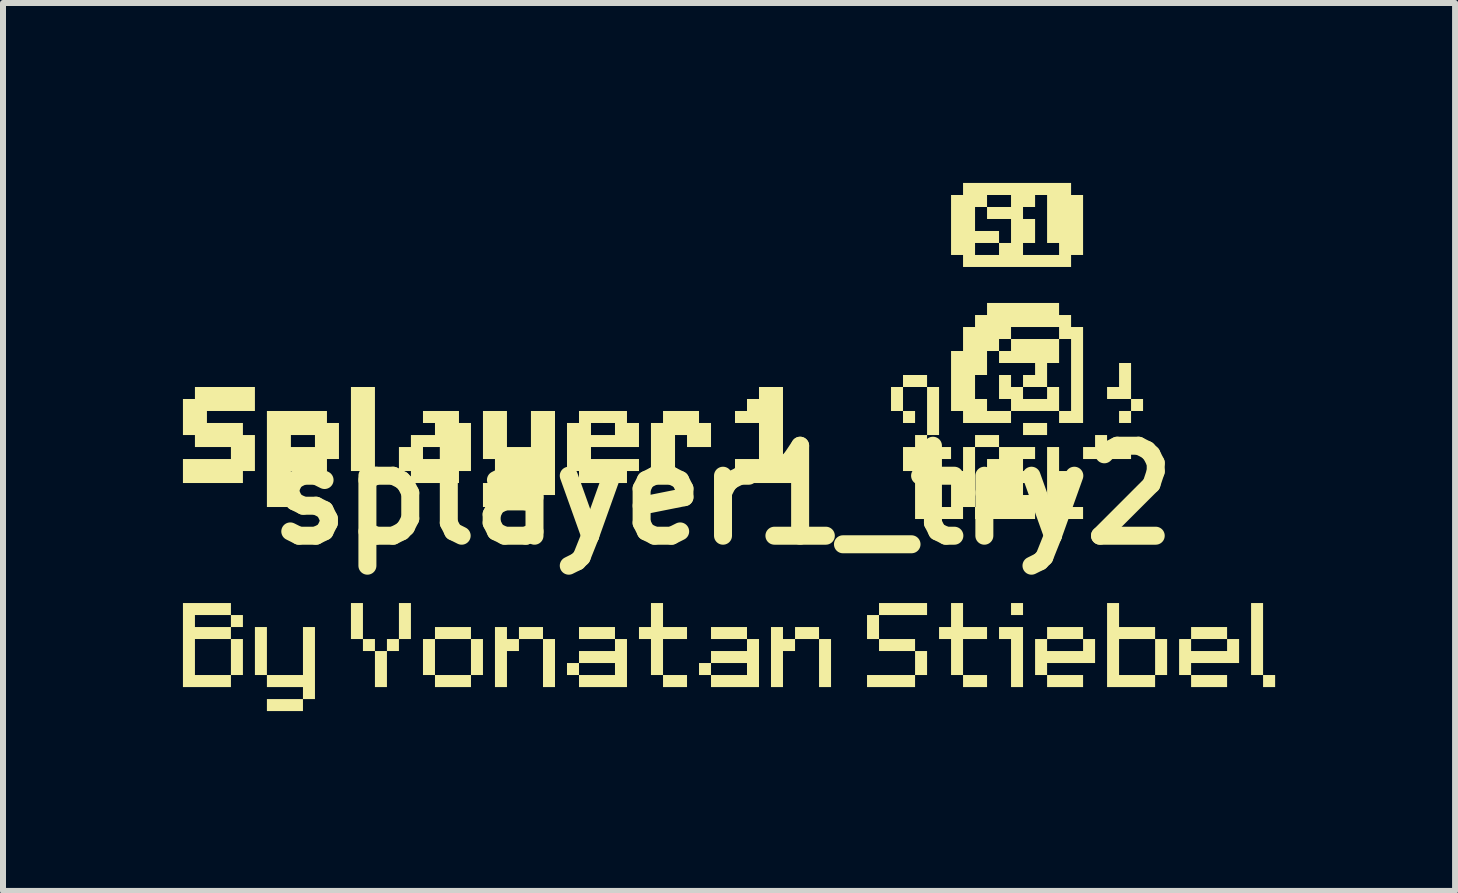
<source format=kicad_pcb>
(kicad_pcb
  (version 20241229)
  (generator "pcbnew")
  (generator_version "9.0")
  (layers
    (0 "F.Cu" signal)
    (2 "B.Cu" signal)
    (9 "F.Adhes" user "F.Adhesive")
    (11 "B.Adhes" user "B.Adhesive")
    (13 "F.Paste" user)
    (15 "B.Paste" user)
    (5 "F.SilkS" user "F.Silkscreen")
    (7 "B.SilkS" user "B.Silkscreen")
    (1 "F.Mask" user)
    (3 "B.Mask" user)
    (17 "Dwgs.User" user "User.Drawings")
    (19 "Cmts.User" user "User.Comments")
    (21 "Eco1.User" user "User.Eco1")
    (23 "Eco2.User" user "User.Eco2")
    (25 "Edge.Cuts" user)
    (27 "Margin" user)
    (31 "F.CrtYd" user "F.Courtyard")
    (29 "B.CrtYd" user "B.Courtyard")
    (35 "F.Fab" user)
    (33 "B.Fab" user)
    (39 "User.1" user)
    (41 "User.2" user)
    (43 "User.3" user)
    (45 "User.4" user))
  (footprint "splayer1_try2"
    (layer "F.Cu")
    (at 9.004 5.203)
    (property "Reference" "splayer1_try2" (at 0 0 0) (layer "F.SilkS") (effects (font (size 1.5 1.5) (thickness 0.3))))
    (attr board_only exclude_from_pos_files exclude_from_bom)
    (fp_poly (pts (xy -6.003 2.101) (xy -6.003 2.401) (xy -6.103 2.401) (xy -6.203 2.401) (xy -6.203 2.101) (xy -6.203 1.801) (xy -6.103 1.801) (xy -6.003 1.801)) (stroke (width 0) (type solid)) (fill yes) (layer "F.SilkS"))
    (fp_poly (pts (xy -2.801 2.801) (xy -2.801 3.202) (xy -2.901 3.202) (xy -3.001 3.202) (xy -3.001 2.801) (xy -3.001 2.401) (xy -2.901 2.401) (xy -2.801 2.401)) (stroke (width 0) (type solid)) (fill yes) (layer "F.SilkS"))
    (fp_poly (pts (xy -1.801 2.301) (xy -1.801 2.401) (xy -2.101 2.401) (xy -2.401 2.401) (xy -2.401 2.301) (xy -2.401 2.201) (xy -2.101 2.201) (xy -1.801 2.201)) (stroke (width 0) (type solid)) (fill yes) (layer "F.SilkS"))
    (fp_poly (pts (xy -0.6 3.102) (xy -0.6 3.202) (xy -0.8 3.202) (xy -1 3.202) (xy -1 3.102) (xy -1 3.001) (xy -0.8 3.001) (xy -0.6 3.001)) (stroke (width 0) (type solid)) (fill yes) (layer "F.SilkS"))
    (fp_poly (pts (xy 0.4 2.301) (xy 0.4 2.401) (xy 0.1 2.401) (xy -0.2 2.401) (xy -0.2 2.301) (xy -0.2 2.201) (xy 0.1 2.201) (xy 0.4 2.201)) (stroke (width 0) (type solid)) (fill yes) (layer "F.SilkS"))
    (fp_poly (pts (xy 1.801 2.801) (xy 1.801 3.202) (xy 1.701 3.202) (xy 1.601 3.202) (xy 1.601 2.801) (xy 1.601 2.401) (xy 1.701 2.401) (xy 1.801 2.401)) (stroke (width 0) (type solid)) (fill yes) (layer "F.SilkS"))
    (fp_poly (pts (xy 3.202 -1.301) (xy 3.202 -1.201) (xy 3.102 -1.201) (xy 3.001 -1.201) (xy 3.001 -1.301) (xy 3.001 -1.401) (xy 3.102 -1.401) (xy 3.202 -1.401)) (stroke (width 0) (type solid)) (fill yes) (layer "F.SilkS"))
    (fp_poly (pts (xy 3.202 2.501) (xy 3.202 2.601) (xy 2.901 2.601) (xy 2.601 2.601) (xy 2.601 2.501) (xy 2.601 2.401) (xy 2.901 2.401) (xy 3.202 2.401)) (stroke (width 0) (type solid)) (fill yes) (layer "F.SilkS"))
    (fp_poly (pts (xy 4.402 3.102) (xy 4.402 3.202) (xy 4.202 3.202) (xy 4.002 3.202) (xy 4.002 3.102) (xy 4.002 3.001) (xy 4.202 3.001) (xy 4.402 3.001)) (stroke (width 0) (type solid)) (fill yes) (layer "F.SilkS"))
    (fp_poly (pts (xy 5.002 1.901) (xy 5.002 2.001) (xy 4.902 2.001) (xy 4.802 2.001) (xy 4.802 1.901) (xy 4.802 1.801) (xy 4.902 1.801) (xy 5.002 1.801)) (stroke (width 0) (type solid)) (fill yes) (layer "F.SilkS"))
    (fp_poly (pts (xy 5.403 -1.101) (xy 5.403 -1) (xy 5.203 -1) (xy 5.002 -1) (xy 5.002 -1.101) (xy 5.002 -1.201) (xy 5.203 -1.201) (xy 5.403 -1.201)) (stroke (width 0) (type solid)) (fill yes) (layer "F.SilkS"))
    (fp_poly (pts (xy 6.003 3.102) (xy 6.003 3.202) (xy 5.703 3.202) (xy 5.403 3.202) (xy 5.403 3.102) (xy 5.403 3.001) (xy 5.703 3.001) (xy 6.003 3.001)) (stroke (width 0) (type solid)) (fill yes) (layer "F.SilkS"))
    (fp_poly (pts (xy 8.404 3.102) (xy 8.404 3.202) (xy 8.104 3.202) (xy 7.804 3.202) (xy 7.804 3.102) (xy 7.804 3.001) (xy 8.104 3.001) (xy 8.404 3.001)) (stroke (width 0) (type solid)) (fill yes) (layer "F.SilkS"))
    (fp_poly (pts (xy 9.004 2.401) (xy 9.004 3.001) (xy 8.904 3.001) (xy 8.804 3.001) (xy 8.804 2.401) (xy 8.804 1.801) (xy 8.904 1.801) (xy 9.004 1.801)) (stroke (width 0) (type solid)) (fill yes) (layer "F.SilkS"))
    (fp_poly (pts (xy 9.205 3.102) (xy 9.205 3.202) (xy 9.104 3.202) (xy 9.004 3.202) (xy 9.004 3.102) (xy 9.004 3.001) (xy 9.104 3.001) (xy 9.205 3.001)) (stroke (width 0) (type solid)) (fill yes) (layer "F.SilkS"))
    (fp_poly (pts (xy 5.002 2.701) (xy 5.002 3.202) (xy 4.902 3.202) (xy 4.802 3.202) (xy 4.802 2.801) (xy 4.802 2.401) (xy 4.702 2.401) (xy 4.602 2.401) (xy 4.602 2.301) (xy 4.602 2.201) (xy 4.802 2.201) (xy 5.002 2.201)) (stroke (width 0) (type solid)) (fill yes) (layer "F.SilkS"))
    (fp_poly (pts (xy 6.803 -1.901) (xy 6.803 -1.601) (xy 6.603 -1.601) (xy 6.403 -1.601) (xy 6.403 -1.701) (xy 6.403 -1.801) (xy 6.503 -1.801) (xy 6.603 -1.801) (xy 6.603 -2.001) (xy 6.603 -2.201) (xy 6.703 -2.201) (xy 6.803 -2.201)) (stroke (width 0) (type solid)) (fill yes) (layer "F.SilkS"))
    (fp_poly (pts (xy -5.803 -1.101) (xy -5.803 -0.4) (xy -5.703 -0.4) (xy -5.603 -0.4) (xy -5.603 -0.3) (xy -5.603 -0.2) (xy -5.803 -0.2) (xy -6.003 -0.2) (xy -6.003 -0.3) (xy -6.003 -0.4) (xy -6.103 -0.4) (xy -6.203 -0.4) (xy -6.203 -1.101) (xy -6.203 -1.801) (xy -6.003 -1.801) (xy -5.803 -1.801)) (stroke (width 0) (type solid)) (fill yes) (layer "F.SilkS"))
    (fp_poly (pts (xy 3.402 -1.901) (xy 3.402 -1.801) (xy 3.202 -1.801) (xy 3.001 -1.801) (xy 3.001 -1.601) (xy 3.001 -1.401) (xy 2.901 -1.401) (xy 2.801 -1.401) (xy 2.801 -1.601) (xy 2.801 -1.801) (xy 2.901 -1.801) (xy 3.001 -1.801) (xy 3.001 -1.901) (xy 3.001 -2.001) (xy 3.202 -2.001) (xy 3.402 -2.001)) (stroke (width 0) (type solid)) (fill yes) (layer "F.SilkS"))
    (fp_poly (pts (xy 3.402 1.901) (xy 3.402 2.001) (xy 3.001 2.001) (xy 2.601 2.001) (xy 2.601 2.201) (xy 2.601 2.401) (xy 2.501 2.401) (xy 2.401 2.401) (xy 2.401 2.201) (xy 2.401 2.001) (xy 2.501 2.001) (xy 2.601 2.001) (xy 2.601 1.901) (xy 2.601 1.801) (xy 3.001 1.801) (xy 3.402 1.801)) (stroke (width 0) (type solid)) (fill yes) (layer "F.SilkS"))
    (fp_poly (pts (xy 3.402 2.801) (xy 3.402 3.001) (xy 3.302 3.001) (xy 3.202 3.001) (xy 3.202 3.102) (xy 3.202 3.202) (xy 2.801 3.202) (xy 2.401 3.202) (xy 2.401 3.102) (xy 2.401 3.001) (xy 2.801 3.001) (xy 3.202 3.001) (xy 3.202 2.801) (xy 3.202 2.601) (xy 3.302 2.601) (xy 3.402 2.601)) (stroke (width 0) (type solid)) (fill yes) (layer "F.SilkS"))
    (fp_poly (pts (xy 5.603 -0.6) (xy 5.603 -0.4) (xy 5.703 -0.4) (xy 5.803 -0.4) (xy 5.803 -0.1) (xy 5.803 0.2) (xy 5.903 0.2) (xy 6.003 0.2) (xy 6.003 0.3) (xy 6.003 0.4) (xy 5.703 0.4) (xy 5.403 0.4) (xy 5.403 -0.2) (xy 5.403 -0.8) (xy 5.503 -0.8) (xy 5.603 -0.8)) (stroke (width 0) (type solid)) (fill yes) (layer "F.SilkS"))
    (fp_poly (pts (xy 6.403 -0.9) (xy 6.403 -0.8) (xy 6.603 -0.8) (xy 6.803 -0.8) (xy 6.803 -0.7) (xy 6.803 -0.6) (xy 6.403 -0.6) (xy 6.003 -0.6) (xy 6.003 -0.7) (xy 6.003 -0.8) (xy 6.103 -0.8) (xy 6.203 -0.8) (xy 6.203 -0.9) (xy 6.203 -1) (xy 6.303 -1) (xy 6.403 -1)) (stroke (width 0) (type solid)) (fill yes) (layer "F.SilkS"))
    (fp_poly (pts (xy 7.003 -1.501) (xy 7.003 -1.401) (xy 6.903 -1.401) (xy 6.803 -1.401) (xy 6.803 -1.301) (xy 6.803 -1.201) (xy 6.703 -1.201) (xy 6.603 -1.201) (xy 6.603 -1.301) (xy 6.603 -1.401) (xy 6.703 -1.401) (xy 6.803 -1.401) (xy 6.803 -1.501) (xy 6.803 -1.601) (xy 6.903 -1.601) (xy 7.003 -1.601)) (stroke (width 0) (type solid)) (fill yes) (layer "F.SilkS"))
    (fp_poly (pts (xy -3.602 2.301) (xy -3.602 2.401) (xy -3.502 2.401) (xy -3.402 2.401) (xy -3.402 2.301) (xy -3.402 2.201) (xy -3.202 2.201) (xy -3.001 2.201) (xy -3.001 2.301) (xy -3.001 2.401) (xy -3.202 2.401) (xy -3.402 2.401) (xy -3.402 2.501) (xy -3.402 2.601) (xy -3.502 2.601) (xy -3.602 2.601) (xy -3.602 2.901) (xy -3.602 3.202) (xy -3.702 3.202) (xy -3.802 3.202) (xy -3.802 2.701) (xy -3.802 2.201) (xy -3.702 2.201) (xy -3.602 2.201)) (stroke (width 0) (type solid)) (fill yes) (layer "F.SilkS"))
    (fp_poly (pts (xy -1 2.001) (xy -1 2.201) (xy -0.8 2.201) (xy -0.6 2.201) (xy -0.6 2.301) (xy -0.6 2.401) (xy -0.8 2.401) (xy -1 2.401) (xy -1 2.701) (xy -1 3.001) (xy -1.101 3.001) (xy -1.201 3.001) (xy -1.201 2.701) (xy -1.201 2.401) (xy -1.301 2.401) (xy -1.401 2.401) (xy -1.401 2.301) (xy -1.401 2.201) (xy -1.301 2.201) (xy -1.201 2.201) (xy -1.201 2.001) (xy -1.201 1.801) (xy -1.101 1.801) (xy -1 1.801)) (stroke (width 0) (type solid)) (fill yes) (layer "F.SilkS"))
    (fp_poly (pts (xy -0.4 -1.301) (xy -0.4 -1.201) (xy -0.3 -1.201) (xy -0.2 -1.201) (xy -0.2 -1) (xy -0.2 -0.8) (xy -0.4 -0.8) (xy -0.6 -0.8) (xy -0.6 -0.9) (xy -0.6 -1) (xy -0.7 -1) (xy -0.8 -1) (xy -0.8 -0.6) (xy -0.8 -0.2) (xy -1 -0.2) (xy -1.201 -0.2) (xy -1.201 -0.7) (xy -1.201 -1.201) (xy -1.101 -1.201) (xy -1 -1.201) (xy -1 -1.301) (xy -1 -1.401) (xy -0.7 -1.401) (xy -0.4 -1.401)) (stroke (width 0) (type solid)) (fill yes) (layer "F.SilkS"))
    (fp_poly (pts (xy 1 2.301) (xy 1 2.401) (xy 1.101 2.401) (xy 1.201 2.401) (xy 1.201 2.301) (xy 1.201 2.201) (xy 1.401 2.201) (xy 1.601 2.201) (xy 1.601 2.301) (xy 1.601 2.401) (xy 1.401 2.401) (xy 1.201 2.401) (xy 1.201 2.501) (xy 1.201 2.601) (xy 1.101 2.601) (xy 1 2.601) (xy 1 2.901) (xy 1 3.202) (xy 0.9 3.202) (xy 0.8 3.202) (xy 0.8 2.701) (xy 0.8 2.201) (xy 0.9 2.201) (xy 1 2.201)) (stroke (width 0) (type solid)) (fill yes) (layer "F.SilkS"))
    (fp_poly (pts (xy 4.002 2.001) (xy 4.002 2.201) (xy 4.202 2.201) (xy 4.402 2.201) (xy 4.402 2.301) (xy 4.402 2.401) (xy 4.202 2.401) (xy 4.002 2.401) (xy 4.002 2.701) (xy 4.002 3.001) (xy 3.902 3.001) (xy 3.802 3.001) (xy 3.802 2.701) (xy 3.802 2.401) (xy 3.702 2.401) (xy 3.602 2.401) (xy 3.602 2.301) (xy 3.602 2.201) (xy 3.702 2.201) (xy 3.802 2.201) (xy 3.802 2.001) (xy 3.802 1.801) (xy 3.902 1.801) (xy 4.002 1.801)) (stroke (width 0) (type solid)) (fill yes) (layer "F.SilkS"))
    (fp_poly (pts (xy 5.603 -2.401) (xy 5.603 -2.201) (xy 5.503 -2.201) (xy 5.403 -2.201) (xy 5.403 -2.001) (xy 5.403 -1.801) (xy 5.203 -1.801) (xy 5.002 -1.801) (xy 5.002 -1.901) (xy 5.002 -2.001) (xy 5.103 -2.001) (xy 5.203 -2.001) (xy 5.203 -2.101) (xy 5.203 -2.201) (xy 4.902 -2.201) (xy 4.602 -2.201) (xy 4.602 -2.301) (xy 4.602 -2.401) (xy 4.702 -2.401) (xy 4.802 -2.401) (xy 4.802 -2.501) (xy 4.802 -2.601) (xy 5.203 -2.601) (xy 5.603 -2.601)) (stroke (width 0) (type solid)) (fill yes) (layer "F.SilkS"))
    (fp_poly (pts (xy -1.601 2.801) (xy -1.601 3.202) (xy -2.001 3.202) (xy -2.401 3.202) (xy -2.401 3.102) (xy -2.401 3.001) (xy -2.501 3.001) (xy -2.601 3.001) (xy -2.601 2.901) (xy -2.601 2.801) (xy -2.501 2.801) (xy -2.401 2.801) (xy -2.401 2.901) (xy -2.401 3.001) (xy -2.101 3.001) (xy -1.801 3.001) (xy -1.801 2.901) (xy -1.801 2.801) (xy -2.101 2.801) (xy -2.401 2.801) (xy -2.401 2.701) (xy -2.401 2.601) (xy -2.101 2.601) (xy -1.801 2.601) (xy -1.801 2.501) (xy -1.801 2.401) (xy -1.701 2.401) (xy -1.601 2.401)) (stroke (width 0) (type solid)) (fill yes) (layer "F.SilkS"))
    (fp_poly (pts (xy 0.6 2.801) (xy 0.6 3.202) (xy 0.2 3.202) (xy -0.2 3.202) (xy -0.2 3.102) (xy -0.2 3.001) (xy -0.3 3.001) (xy -0.4 3.001) (xy -0.4 2.901) (xy -0.4 2.801) (xy -0.3 2.801) (xy -0.2 2.801) (xy -0.2 2.901) (xy -0.2 3.001) (xy 0.1 3.001) (xy 0.4 3.001) (xy 0.4 2.901) (xy 0.4 2.801) (xy 0.1 2.801) (xy -0.2 2.801) (xy -0.2 2.701) (xy -0.2 2.601) (xy 0.1 2.601) (xy 0.4 2.601) (xy 0.4 2.501) (xy 0.4 2.401) (xy 0.5 2.401) (xy 0.6 2.401)) (stroke (width 0) (type solid)) (fill yes) (layer "F.SilkS"))
    (fp_poly (pts (xy 1 -1.201) (xy 1 -0.6) (xy 1.201 -0.6) (xy 1.401 -0.6) (xy 1.401 -0.4) (xy 1.401 -0.2) (xy 0.8 -0.2) (xy 0.2 -0.2) (xy 0.2 -0.4) (xy 0.2 -0.6) (xy 0.4 -0.6) (xy 0.6 -0.6) (xy 0.6 -0.9) (xy 0.6 -1.201) (xy 0.4 -1.201) (xy 0.2 -1.201) (xy 0.2 -1.301) (xy 0.2 -1.401) (xy 0.3 -1.401) (xy 0.4 -1.401) (xy 0.4 -1.501) (xy 0.4 -1.601) (xy 0.5 -1.601) (xy 0.6 -1.601) (xy 0.6 -1.701) (xy 0.6 -1.801) (xy 0.8 -1.801) (xy 1 -1.801)) (stroke (width 0) (type solid)) (fill yes) (layer "F.SilkS"))
    (fp_poly (pts (xy 6.003 2.301) (xy 6.003 2.401) (xy 5.703 2.401) (xy 5.403 2.401) (xy 5.403 2.501) (xy 5.403 2.601) (xy 5.703 2.601) (xy 6.003 2.601) (xy 6.003 2.501) (xy 6.003 2.401) (xy 6.103 2.401) (xy 6.203 2.401) (xy 6.203 2.601) (xy 6.203 2.801) (xy 5.803 2.801) (xy 5.403 2.801) (xy 5.403 2.901) (xy 5.403 3.001) (xy 5.303 3.001) (xy 5.203 3.001) (xy 5.203 2.701) (xy 5.203 2.401) (xy 5.303 2.401) (xy 5.403 2.401) (xy 5.403 2.301) (xy 5.403 2.201) (xy 5.703 2.201) (xy 6.003 2.201)) (stroke (width 0) (type solid)) (fill yes) (layer "F.SilkS"))
    (fp_poly (pts (xy 6.603 2.001) (xy 6.603 2.201) (xy 6.903 2.201) (xy 7.204 2.201) (xy 7.204 2.301) (xy 7.204 2.401) (xy 6.903 2.401) (xy 6.603 2.401) (xy 6.603 2.701) (xy 6.603 3.001) (xy 6.903 3.001) (xy 7.204 3.001) (xy 7.204 2.701) (xy 7.204 2.401) (xy 7.304 2.401) (xy 7.404 2.401) (xy 7.404 2.701) (xy 7.404 3.001) (xy 7.304 3.001) (xy 7.204 3.001) (xy 7.204 3.102) (xy 7.204 3.202) (xy 6.803 3.202) (xy 6.403 3.202) (xy 6.403 2.501) (xy 6.403 1.801) (xy 6.503 1.801) (xy 6.603 1.801)) (stroke (width 0) (type solid)) (fill yes) (layer "F.SilkS"))
    (fp_poly (pts (xy 8.404 2.301) (xy 8.404 2.401) (xy 8.104 2.401) (xy 7.804 2.401) (xy 7.804 2.501) (xy 7.804 2.601) (xy 8.104 2.601) (xy 8.404 2.601) (xy 8.404 2.501) (xy 8.404 2.401) (xy 8.504 2.401) (xy 8.604 2.401) (xy 8.604 2.601) (xy 8.604 2.801) (xy 8.204 2.801) (xy 7.804 2.801) (xy 7.804 2.901) (xy 7.804 3.001) (xy 7.704 3.001) (xy 7.604 3.001) (xy 7.604 2.701) (xy 7.604 2.401) (xy 7.704 2.401) (xy 7.804 2.401) (xy 7.804 2.301) (xy 7.804 2.201) (xy 8.104 2.201) (xy 8.404 2.201)) (stroke (width 0) (type solid)) (fill yes) (layer "F.SilkS"))
    (fp_poly (pts (xy -6.603 -1.301) (xy -6.603 -1.201) (xy -6.503 -1.201) (xy -6.403 -1.201) (xy -6.403 -0.9) (xy -6.403 -0.6) (xy -6.503 -0.6) (xy -6.603 -0.6) (xy -6.603 -0.5) (xy -6.603 -0.4) (xy -6.903 -0.4) (xy -7.204 -0.4) (xy -7.204 -0.1) (xy -7.204 0.2) (xy -7.404 0.2) (xy -7.604 0.2) (xy -7.604 -0.6) (xy -7.604 -1) (xy -7.204 -1) (xy -7.204 -0.9) (xy -7.204 -0.8) (xy -7.003 -0.8) (xy -6.803 -0.8) (xy -6.803 -0.9) (xy -6.803 -1) (xy -7.003 -1) (xy -7.204 -1) (xy -7.604 -1) (xy -7.604 -1.401) (xy -7.103 -1.401) (xy -6.603 -1.401)) (stroke (width 0) (type solid)) (fill yes) (layer "F.SilkS"))
    (fp_poly (pts (xy -7.604 2.601) (xy -7.604 3.001) (xy -7.304 3.001) (xy -7.003 3.001) (xy -7.003 2.601) (xy -7.003 2.201) (xy -6.903 2.201) (xy -6.803 2.201) (xy -6.803 2.801) (xy -6.803 3.402) (xy -6.903 3.402) (xy -7.003 3.402) (xy -7.003 3.502) (xy -7.003 3.602) (xy -7.304 3.602) (xy -7.604 3.602) (xy -7.604 3.502) (xy -7.604 3.402) (xy -7.304 3.402) (xy -7.003 3.402) (xy -7.003 3.302) (xy -7.003 3.202) (xy -7.304 3.202) (xy -7.604 3.202) (xy -7.604 3.102) (xy -7.604 3.001) (xy -7.704 3.001) (xy -7.804 3.001) (xy -7.804 2.601) (xy -7.804 2.201) (xy -7.704 2.201) (xy -7.604 2.201)) (stroke (width 0) (type solid)) (fill yes) (layer "F.SilkS"))
    (fp_poly (pts (xy -5.203 2.101) (xy -5.203 2.401) (xy -5.303 2.401) (xy -5.403 2.401) (xy -5.403 2.501) (xy -5.403 2.601) (xy -5.503 2.601) (xy -5.603 2.601) (xy -5.603 2.901) (xy -5.603 3.202) (xy -5.703 3.202) (xy -5.803 3.202) (xy -5.803 2.901) (xy -5.803 2.601) (xy -5.903 2.601) (xy -6.003 2.601) (xy -6.003 2.501) (xy -6.003 2.401) (xy -5.903 2.401) (xy -5.803 2.401) (xy -5.803 2.501) (xy -5.803 2.601) (xy -5.703 2.601) (xy -5.603 2.601) (xy -5.603 2.501) (xy -5.603 2.401) (xy -5.503 2.401) (xy -5.403 2.401) (xy -5.403 2.101) (xy -5.403 1.801) (xy -5.303 1.801) (xy -5.203 1.801)) (stroke (width 0) (type solid)) (fill yes) (layer "F.SilkS"))
    (fp_poly (pts (xy -4.202 2.301) (xy -4.202 2.401) (xy -4.502 2.401) (xy -4.802 2.401) (xy -4.802 2.701) (xy -4.802 3.001) (xy -4.502 3.001) (xy -4.202 3.001) (xy -4.202 2.701) (xy -4.202 2.401) (xy -4.102 2.401) (xy -4.002 2.401) (xy -4.002 2.701) (xy -4.002 3.001) (xy -4.102 3.001) (xy -4.202 3.001) (xy -4.202 3.102) (xy -4.202 3.202) (xy -4.502 3.202) (xy -4.802 3.202) (xy -4.802 3.102) (xy -4.802 3.001) (xy -4.902 3.001) (xy -5.002 3.001) (xy -5.002 2.701) (xy -5.002 2.401) (xy -4.902 2.401) (xy -4.802 2.401) (xy -4.802 2.301) (xy -4.802 2.201) (xy -4.502 2.201) (xy -4.202 2.201)) (stroke (width 0) (type solid)) (fill yes) (layer "F.SilkS"))
    (fp_poly (pts (xy -3.602 -1.101) (xy -3.602 -0.8) (xy -3.402 -0.8) (xy -3.202 -0.8) (xy -3.202 -1.101) (xy -3.202 -1.401) (xy -3.001 -1.401) (xy -2.801 -1.401) (xy -2.801 -0.7) (xy -2.801 0) (xy -2.901 0) (xy -3.001 0) (xy -3.001 0.1) (xy -3.001 0.2) (xy -3.502 0.2) (xy -4.002 0.2) (xy -4.002 0) (xy -4.002 -0.2) (xy -3.602 -0.2) (xy -3.202 -0.2) (xy -3.202 -0.3) (xy -3.202 -0.4) (xy -3.502 -0.4) (xy -3.802 -0.4) (xy -3.802 -0.5) (xy -3.802 -0.6) (xy -3.902 -0.6) (xy -4.002 -0.6) (xy -4.002 -1) (xy -4.002 -1.401) (xy -3.802 -1.401) (xy -3.602 -1.401)) (stroke (width 0) (type solid)) (fill yes) (layer "F.SilkS"))
    (fp_poly (pts (xy 3.602 -1.401) (xy 3.602 -1) (xy 3.502 -1) (xy 3.402 -1) (xy 3.402 -0.9) (xy 3.402 -0.8) (xy 3.602 -0.8) (xy 3.802 -0.8) (xy 3.802 -0.7) (xy 3.802 -0.6) (xy 3.702 -0.6) (xy 3.602 -0.6) (xy 3.602 -0.5) (xy 3.602 -0.4) (xy 3.502 -0.4) (xy 3.402 -0.4) (xy 3.402 0) (xy 3.402 0.4) (xy 3.302 0.4) (xy 3.202 0.4) (xy 3.202 0) (xy 3.202 -0.4) (xy 3.102 -0.4) (xy 3.001 -0.4) (xy 3.001 -0.6) (xy 3.001 -0.8) (xy 3.102 -0.8) (xy 3.202 -0.8) (xy 3.202 -0.9) (xy 3.202 -1) (xy 3.302 -1) (xy 3.402 -1) (xy 3.402 -1.401) (xy 3.402 -1.801) (xy 3.502 -1.801) (xy 3.602 -1.801)) (stroke (width 0) (type solid)) (fill yes) (layer "F.SilkS"))
    (fp_poly (pts (xy -8.204 1.901) (xy -8.204 2.001) (xy -8.504 2.001) (xy -8.804 2.001) (xy -8.804 2.101) (xy -8.804 2.201) (xy -8.504 2.201) (xy -8.204 2.201) (xy -8.204 2.101) (xy -8.204 2.001) (xy -8.104 2.001) (xy -8.004 2.001) (xy -8.004 2.101) (xy -8.004 2.201) (xy -8.104 2.201) (xy -8.204 2.201) (xy -8.204 2.301) (xy -8.204 2.401) (xy -8.504 2.401) (xy -8.804 2.401) (xy -8.804 2.701) (xy -8.804 3.001) (xy -8.504 3.001) (xy -8.204 3.001) (xy -8.204 2.701) (xy -8.204 2.401) (xy -8.104 2.401) (xy -8.004 2.401) (xy -8.004 2.701) (xy -8.004 3.001) (xy -8.104 3.001) (xy -8.204 3.001) (xy -8.204 3.102) (xy -8.204 3.202) (xy -8.604 3.202) (xy -9.004 3.202) (xy -9.004 2.501) (xy -9.004 1.801) (xy -8.604 1.801) (xy -8.204 1.801)) (stroke (width 0) (type solid)) (fill yes) (layer "F.SilkS"))
    (fp_poly (pts (xy -7.804 -1.601) (xy -7.804 -1.401) (xy -8.204 -1.401) (xy -8.604 -1.401) (xy -8.604 -1.301) (xy -8.604 -1.201) (xy -8.304 -1.201) (xy -8.004 -1.201) (xy -8.004 -1.101) (xy -8.004 -1) (xy -7.904 -1) (xy -7.804 -1) (xy -7.804 -0.7) (xy -7.804 -0.4) (xy -7.904 -0.4) (xy -8.004 -0.4) (xy -8.004 -0.3) (xy -8.004 -0.2) (xy -8.504 -0.2) (xy -9.004 -0.2) (xy -9.004 -0.4) (xy -9.004 -0.6) (xy -8.604 -0.6) (xy -8.204 -0.6) (xy -8.204 -0.7) (xy -8.204 -0.8) (xy -8.504 -0.8) (xy -8.804 -0.8) (xy -8.804 -0.9) (xy -8.804 -1) (xy -8.904 -1) (xy -9.004 -1) (xy -9.004 -1.301) (xy -9.004 -1.601) (xy -8.904 -1.601) (xy -8.804 -1.601) (xy -8.804 -1.701) (xy -8.804 -1.801) (xy -8.304 -1.801) (xy -7.804 -1.801)) (stroke (width 0) (type solid)) (fill yes) (layer "F.SilkS"))
    (fp_poly (pts (xy -4.402 -1.301) (xy -4.402 -1.201) (xy -4.302 -1.201) (xy -4.202 -1.201) (xy -4.202 -0.8) (xy -4.202 -0.4) (xy -4.302 -0.4) (xy -4.402 -0.4) (xy -4.402 -0.3) (xy -4.402 -0.2) (xy -4.802 -0.2) (xy -5.203 -0.2) (xy -5.203 -0.3) (xy -5.203 -0.4) (xy -5.303 -0.4) (xy -5.403 -0.4) (xy -5.403 -0.6) (xy -5.403 -0.8) (xy -5.303 -0.8) (xy -5.203 -0.8) (xy -5.002 -0.8) (xy -5.002 -0.7) (xy -5.002 -0.6) (xy -4.802 -0.6) (xy -4.602 -0.6) (xy -4.602 -0.7) (xy -4.602 -0.8) (xy -4.802 -0.8) (xy -5.002 -0.8) (xy -5.203 -0.8) (xy -5.203 -0.9) (xy -5.203 -1) (xy -5.002 -1) (xy -4.802 -1) (xy -4.802 -1.101) (xy -4.802 -1.201) (xy -4.902 -1.201) (xy -5.002 -1.201) (xy -5.002 -1.301) (xy -5.002 -1.401) (xy -4.702 -1.401) (xy -4.402 -1.401)) (stroke (width 0) (type solid)) (fill yes) (layer "F.SilkS"))
    (fp_poly (pts (xy -1.601 -1.301) (xy -1.601 -1.201) (xy -1.501 -1.201) (xy -1.401 -1.201) (xy -1.401 -1) (xy -1.401 -0.8) (xy -1.801 -0.8) (xy -2.201 -0.8) (xy -2.201 -0.7) (xy -2.201 -0.6) (xy -1.801 -0.6) (xy -1.401 -0.6) (xy -1.401 -0.5) (xy -1.401 -0.4) (xy -1.501 -0.4) (xy -1.601 -0.4) (xy -1.601 -0.3) (xy -1.601 -0.2) (xy -2.001 -0.2) (xy -2.401 -0.2) (xy -2.401 -0.3) (xy -2.401 -0.4) (xy -2.501 -0.4) (xy -2.601 -0.4) (xy -2.601 -0.8) (xy -2.601 -1.201) (xy -2.501 -1.201) (xy -2.401 -1.201) (xy -2.201 -1.201) (xy -2.201 -1.101) (xy -2.201 -1) (xy -2.001 -1) (xy -1.801 -1) (xy -1.801 -1.101) (xy -1.801 -1.201) (xy -2.001 -1.201) (xy -2.201 -1.201) (xy -2.401 -1.201) (xy -2.401 -1.301) (xy -2.401 -1.401) (xy -2.001 -1.401) (xy -1.601 -1.401)) (stroke (width 0) (type solid)) (fill yes) (layer "F.SilkS"))
    (fp_poly (pts (xy 4.602 -0.9) (xy 4.602 -0.8) (xy 4.402 -0.8) (xy 4.202 -0.8) (xy 4.202 -0.3) (xy 4.202 0.2) (xy 4.302 0.2) (xy 4.402 0.2) (xy 4.402 -0.2) (xy 4.402 -0.6) (xy 4.502 -0.6) (xy 4.602 -0.6) (xy 4.602 -0.7) (xy 4.602 -0.8) (xy 4.902 -0.8) (xy 5.203 -0.8) (xy 5.203 -0.7) (xy 5.203 -0.6) (xy 5.103 -0.6) (xy 5.002 -0.6) (xy 5.002 -0.5) (xy 5.002 -0.4) (xy 5.103 -0.4) (xy 5.203 -0.4) (xy 5.203 -0.3) (xy 5.203 -0.2) (xy 5.103 -0.2) (xy 5.002 -0.2) (xy 5.002 -0.1) (xy 5.002 0) (xy 5.103 0) (xy 5.203 0) (xy 5.203 0.2) (xy 5.203 0.4) (xy 4.702 0.4) (xy 4.202 0.4) (xy 4.202 0.3) (xy 4.202 0.2) (xy 4.102 0.2) (xy 4.002 0.2) (xy 4.002 0.3) (xy 4.002 0.4) (xy 3.802 0.4) (xy 3.602 0.4) (xy 3.602 0.3) (xy 3.602 0.2) (xy 3.702 0.2) (xy 3.802 0.2) (xy 3.802 -0.1) (xy 3.802 -0.4) (xy 3.902 -0.4) (xy 4.002 -0.4) (xy 4.002 -0.6) (xy 4.002 -0.8) (xy 4.102 -0.8) (xy 4.202 -0.8) (xy 4.202 -0.9) (xy 4.202 -1) (xy 4.402 -1) (xy 4.602 -1)) (stroke (width 0) (type solid)) (fill yes) (layer "F.SilkS"))
    (fp_poly (pts (xy 5.803 -5.103) (xy 5.803 -5.002) (xy 5.903 -5.002) (xy 6.003 -5.002) (xy 6.003 -4.502) (xy 6.003 -4.002) (xy 5.903 -4.002) (xy 5.803 -4.002) (xy 5.803 -3.902) (xy 5.803 -3.802) (xy 4.902 -3.802) (xy 4.002 -3.802) (xy 4.002 -3.902) (xy 4.002 -4.002) (xy 4.202 -4.002) (xy 4.402 -4.002) (xy 4.602 -4.002) (xy 5.002 -4.002) (xy 5.303 -4.002) (xy 5.603 -4.002) (xy 5.603 -4.102) (xy 5.603 -4.202) (xy 5.503 -4.202) (xy 5.403 -4.202) (xy 5.403 -4.602) (xy 5.403 -5.002) (xy 5.303 -5.002) (xy 5.203 -5.002) (xy 5.203 -4.902) (xy 5.203 -4.802) (xy 5.103 -4.802) (xy 5.002 -4.802) (xy 5.002 -4.702) (xy 5.002 -4.602) (xy 5.103 -4.602) (xy 5.203 -4.602) (xy 5.203 -4.402) (xy 5.203 -4.202) (xy 5.103 -4.202) (xy 5.002 -4.202) (xy 5.002 -4.102) (xy 5.002 -4.002) (xy 4.602 -4.002) (xy 4.602 -4.102) (xy 4.602 -4.202) (xy 4.702 -4.202) (xy 4.802 -4.202) (xy 4.802 -4.402) (xy 4.802 -4.602) (xy 4.602 -4.602) (xy 4.402 -4.602) (xy 4.402 -4.702) (xy 4.402 -4.802) (xy 4.602 -4.802) (xy 4.802 -4.802) (xy 4.802 -4.902) (xy 4.802 -5.002) (xy 4.602 -5.002) (xy 4.402 -5.002) (xy 4.402 -4.902) (xy 4.402 -4.802) (xy 4.302 -4.802) (xy 4.202 -4.802) (xy 4.202 -4.602) (xy 4.202 -4.402) (xy 4.402 -4.402) (xy 4.602 -4.402) (xy 4.602 -4.302) (xy 4.602 -4.202) (xy 4.402 -4.202) (xy 4.202 -4.202) (xy 4.202 -4.102) (xy 4.202 -4.002) (xy 4.002 -4.002) (xy 3.902 -4.002) (xy 3.802 -4.002) (xy 3.802 -4.502) (xy 3.802 -5.002) (xy 3.902 -5.002) (xy 4.002 -5.002) (xy 4.002 -5.103) (xy 4.002 -5.203) (xy 4.902 -5.203) (xy 5.803 -5.203)) (stroke (width 0) (type solid)) (fill yes) (layer "F.SilkS"))
    (fp_poly (pts (xy 5.603 -3.102) (xy 5.603 -3.001) (xy 5.703 -3.001) (xy 5.803 -3.001) (xy 5.803 -2.901) (xy 5.803 -2.801) (xy 5.903 -2.801) (xy 6.003 -2.801) (xy 6.003 -2.001) (xy 6.003 -1.201) (xy 5.803 -1.201) (xy 5.603 -1.201) (xy 5.603 -1.301) (xy 5.603 -1.401) (xy 5.203 -1.401) (xy 4.802 -1.401) (xy 4.802 -1.301) (xy 4.802 -1.201) (xy 4.402 -1.201) (xy 4.002 -1.201) (xy 4.002 -1.301) (xy 4.002 -1.401) (xy 3.902 -1.401) (xy 3.802 -1.401) (xy 3.802 -1.601) (xy 4.202 -1.601) (xy 4.302 -1.601) (xy 4.402 -1.601) (xy 4.402 -1.501) (xy 4.402 -1.401) (xy 4.602 -1.401) (xy 4.802 -1.401) (xy 4.802 -1.501) (xy 4.802 -1.601) (xy 4.702 -1.601) (xy 4.602 -1.601) (xy 4.602 -1.801) (xy 4.602 -2.001) (xy 4.702 -2.001) (xy 4.802 -2.001) (xy 4.802 -1.901) (xy 4.802 -1.801) (xy 4.902 -1.801) (xy 5.002 -1.801) (xy 5.002 -1.701) (xy 5.002 -1.601) (xy 5.203 -1.601) (xy 5.403 -1.601) (xy 5.403 -1.701) (xy 5.403 -1.801) (xy 5.503 -1.801) (xy 5.603 -1.801) (xy 5.603 -1.601) (xy 5.603 -1.401) (xy 5.703 -1.401) (xy 5.803 -1.401) (xy 5.803 -2.001) (xy 5.803 -2.601) (xy 5.703 -2.601) (xy 5.603 -2.601) (xy 5.603 -2.701) (xy 5.603 -2.801) (xy 5.203 -2.801) (xy 4.802 -2.801) (xy 4.802 -2.701) (xy 4.802 -2.601) (xy 4.702 -2.601) (xy 4.602 -2.601) (xy 4.602 -2.501) (xy 4.602 -2.401) (xy 4.502 -2.401) (xy 4.402 -2.401) (xy 4.402 -2.201) (xy 4.402 -2.001) (xy 4.302 -2.001) (xy 4.202 -2.001) (xy 4.202 -1.801) (xy 4.202 -1.601) (xy 3.802 -1.601) (xy 3.802 -1.901) (xy 3.802 -2.401) (xy 3.902 -2.401) (xy 4.002 -2.401) (xy 4.002 -2.601) (xy 4.002 -2.801) (xy 4.102 -2.801) (xy 4.202 -2.801) (xy 4.202 -2.901) (xy 4.202 -3.001) (xy 4.302 -3.001) (xy 4.402 -3.001) (xy 4.402 -3.102) (xy 4.402 -3.202) (xy 5.002 -3.202) (xy 5.603 -3.202)) (stroke (width 0) (type solid)) (fill yes) (layer "F.SilkS")))
  (gr_rect
    (start -3 -3)
    (end 21.209 11.804)
    (stroke (width 0.1) (type default))
    (fill no)
    (layer "Edge.Cuts")))
</source>
